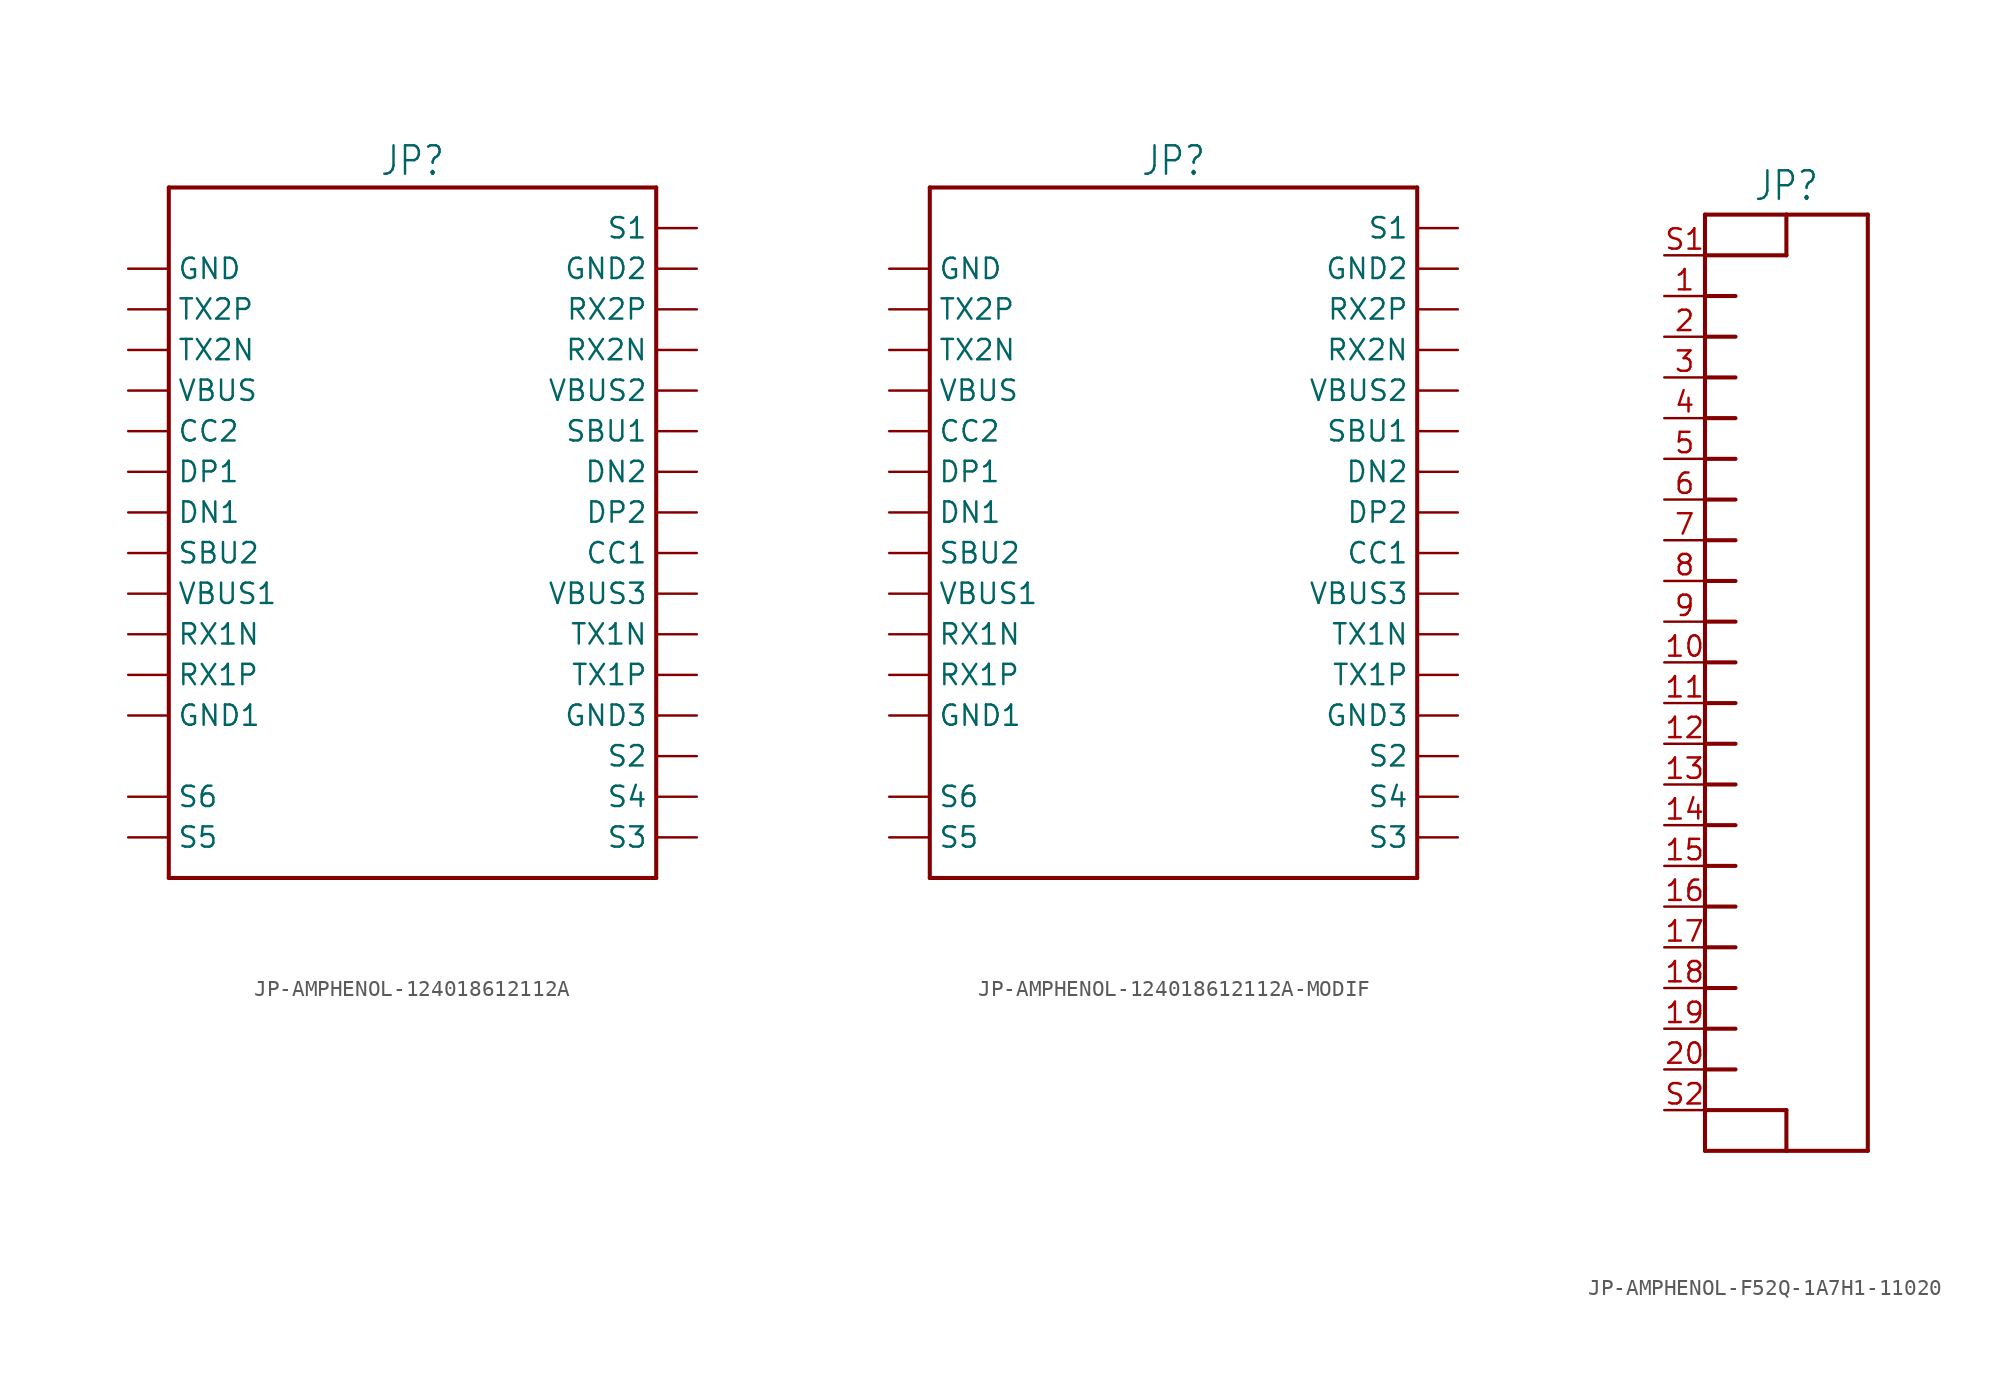
<source format=kicad_sym>
(kicad_symbol_lib
  (version 20231120)
  (generator "kicad_symbol_editor")
  (generator_version "8.0")
  (symbol "JP-AMPHENOL-124018612112A"
    (property "Reference" "JP"
      (at 0 18.415 0)
      (effects (font (size 1.778 1.511)) (justify bottom)))
    (property "Value" ""
      (at 0 -26.035 0)
      (effects (font (size 1.778 1.511)) (justify top)))
    (property "ki_locked" ""
      (at 0 0 0)
      (effects (font (size 1.27 1.27))))
    (symbol "JP-AMPHENOL-124018612112A_1_0"
      (polyline (pts (xy -15.24 -25.4) (xy 15.24 -25.4)) (stroke (width 0.254) (type solid)) (fill (type none)))
      (polyline (pts (xy -15.24 17.78) (xy -15.24 -25.4)) (stroke (width 0.254) (type solid)) (fill (type none)))
      (polyline (pts (xy 15.24 -25.4) (xy 15.24 17.78)) (stroke (width 0.254) (type solid)) (fill (type none)))
      (polyline (pts (xy 15.24 17.78) (xy -15.24 17.78)) (stroke (width 0.254) (type solid)) (fill (type none)))
      (pin passive line (at 17.78 -15.24 180) (length 2.54) (name "GND3" (effects (font (size 1.27 1.27)))) (number "A1" (effects (font (size 0 0)))))
      (pin passive line (at 17.78 7.62 180) (length 2.54) (name "RX2N" (effects (font (size 1.27 1.27)))) (number "A10" (effects (font (size 0 0)))))
      (pin passive line (at 17.78 10.16 180) (length 2.54) (name "RX2P" (effects (font (size 1.27 1.27)))) (number "A11" (effects (font (size 0 0)))))
      (pin passive line (at 17.78 12.7 180) (length 2.54) (name "GND2" (effects (font (size 1.27 1.27)))) (number "A12" (effects (font (size 0 0)))))
      (pin passive line (at 17.78 -12.7 180) (length 2.54) (name "TX1P" (effects (font (size 1.27 1.27)))) (number "A2" (effects (font (size 0 0)))))
      (pin passive line (at 17.78 -10.16 180) (length 2.54) (name "TX1N" (effects (font (size 1.27 1.27)))) (number "A3" (effects (font (size 0 0)))))
      (pin passive line (at 17.78 -7.62 180) (length 2.54) (name "VBUS3" (effects (font (size 1.27 1.27)))) (number "A4" (effects (font (size 0 0)))))
      (pin passive line (at 17.78 -5.08 180) (length 2.54) (name "CC1" (effects (font (size 1.27 1.27)))) (number "A5" (effects (font (size 0 0)))))
      (pin passive line (at 17.78 -2.54 180) (length 2.54) (name "DP2" (effects (font (size 1.27 1.27)))) (number "A6" (effects (font (size 0 0)))))
      (pin passive line (at 17.78 0 180) (length 2.54) (name "DN2" (effects (font (size 1.27 1.27)))) (number "A7" (effects (font (size 0 0)))))
      (pin passive line (at 17.78 2.54 180) (length 2.54) (name "SBU1" (effects (font (size 1.27 1.27)))) (number "A8" (effects (font (size 0 0)))))
      (pin passive line (at 17.78 5.08 180) (length 2.54) (name "VBUS2" (effects (font (size 1.27 1.27)))) (number "A9" (effects (font (size 0 0)))))
      (pin passive line (at -17.78 12.7 0) (length 2.54) (name "GND" (effects (font (size 1.27 1.27)))) (number "B1" (effects (font (size 0 0)))))
      (pin passive line (at -17.78 -10.16 0) (length 2.54) (name "RX1N" (effects (font (size 1.27 1.27)))) (number "B10" (effects (font (size 0 0)))))
      (pin passive line (at -17.78 -12.7 0) (length 2.54) (name "RX1P" (effects (font (size 1.27 1.27)))) (number "B11" (effects (font (size 0 0)))))
      (pin passive line (at -17.78 -15.24 0) (length 2.54) (name "GND1" (effects (font (size 1.27 1.27)))) (number "B12" (effects (font (size 0 0)))))
      (pin passive line (at -17.78 10.16 0) (length 2.54) (name "TX2P" (effects (font (size 1.27 1.27)))) (number "B2" (effects (font (size 0 0)))))
      (pin passive line (at -17.78 7.62 0) (length 2.54) (name "TX2N" (effects (font (size 1.27 1.27)))) (number "B3" (effects (font (size 0 0)))))
      (pin passive line (at -17.78 5.08 0) (length 2.54) (name "VBUS" (effects (font (size 1.27 1.27)))) (number "B4" (effects (font (size 0 0)))))
      (pin passive line (at -17.78 2.54 0) (length 2.54) (name "CC2" (effects (font (size 1.27 1.27)))) (number "B5" (effects (font (size 0 0)))))
      (pin passive line (at -17.78 0 0) (length 2.54) (name "DP1" (effects (font (size 1.27 1.27)))) (number "B6" (effects (font (size 0 0)))))
      (pin passive line (at -17.78 -2.54 0) (length 2.54) (name "DN1" (effects (font (size 1.27 1.27)))) (number "B7" (effects (font (size 0 0)))))
      (pin passive line (at -17.78 -5.08 0) (length 2.54) (name "SBU2" (effects (font (size 1.27 1.27)))) (number "B8" (effects (font (size 0 0)))))
      (pin passive line (at -17.78 -7.62 0) (length 2.54) (name "VBUS1" (effects (font (size 1.27 1.27)))) (number "B9" (effects (font (size 0 0)))))
      (pin passive line (at 17.78 15.24 180) (length 2.54) (name "S1" (effects (font (size 1.27 1.27)))) (number "S1" (effects (font (size 0 0)))))
      (pin passive line (at 17.78 -17.78 180) (length 2.54) (name "S2" (effects (font (size 1.27 1.27)))) (number "S2" (effects (font (size 0 0)))))
      (pin passive line (at 17.78 -22.86 180) (length 2.54) (name "S3" (effects (font (size 1.27 1.27)))) (number "S3" (effects (font (size 0 0)))))
      (pin passive line (at 17.78 -20.32 180) (length 2.54) (name "S4" (effects (font (size 1.27 1.27)))) (number "S4" (effects (font (size 0 0)))))
      (pin passive line (at -17.78 -22.86 0) (length 2.54) (name "S5" (effects (font (size 1.27 1.27)))) (number "S5" (effects (font (size 0 0)))))
      (pin passive line (at -17.78 -20.32 0) (length 2.54) (name "S6" (effects (font (size 1.27 1.27)))) (number "S6" (effects (font (size 0 0)))))))
  (symbol "JP-AMPHENOL-124018612112A-MODIF"
    (property "Reference" "JP"
      (at 0 18.415 0)
      (effects (font (size 1.778 1.511)) (justify bottom)))
    (property "Value" ""
      (at 0 -26.035 0)
      (effects (font (size 1.778 1.511)) (justify top)))
    (property "ki_locked" ""
      (at 0 0 0)
      (effects (font (size 1.27 1.27))))
    (symbol "JP-AMPHENOL-124018612112A-MODIF_1_0"
      (polyline (pts (xy -15.24 -25.4) (xy 15.24 -25.4)) (stroke (width 0.254) (type solid)) (fill (type none)))
      (polyline (pts (xy -15.24 17.78) (xy -15.24 -25.4)) (stroke (width 0.254) (type solid)) (fill (type none)))
      (polyline (pts (xy 15.24 -25.4) (xy 15.24 17.78)) (stroke (width 0.254) (type solid)) (fill (type none)))
      (polyline (pts (xy 15.24 17.78) (xy -15.24 17.78)) (stroke (width 0.254) (type solid)) (fill (type none)))
      (pin passive line (at 17.78 -15.24 180) (length 2.54) (name "GND3" (effects (font (size 1.27 1.27)))) (number "A1" (effects (font (size 0 0)))))
      (pin passive line (at 17.78 7.62 180) (length 2.54) (name "RX2N" (effects (font (size 1.27 1.27)))) (number "A10" (effects (font (size 0 0)))))
      (pin passive line (at 17.78 10.16 180) (length 2.54) (name "RX2P" (effects (font (size 1.27 1.27)))) (number "A11" (effects (font (size 0 0)))))
      (pin passive line (at 17.78 12.7 180) (length 2.54) (name "GND2" (effects (font (size 1.27 1.27)))) (number "A12" (effects (font (size 0 0)))))
      (pin passive line (at 17.78 -12.7 180) (length 2.54) (name "TX1P" (effects (font (size 1.27 1.27)))) (number "A2" (effects (font (size 0 0)))))
      (pin passive line (at 17.78 -10.16 180) (length 2.54) (name "TX1N" (effects (font (size 1.27 1.27)))) (number "A3" (effects (font (size 0 0)))))
      (pin passive line (at 17.78 -7.62 180) (length 2.54) (name "VBUS3" (effects (font (size 1.27 1.27)))) (number "A4" (effects (font (size 0 0)))))
      (pin passive line (at 17.78 -5.08 180) (length 2.54) (name "CC1" (effects (font (size 1.27 1.27)))) (number "A5" (effects (font (size 0 0)))))
      (pin passive line (at 17.78 -2.54 180) (length 2.54) (name "DP2" (effects (font (size 1.27 1.27)))) (number "A6" (effects (font (size 0 0)))))
      (pin passive line (at 17.78 0 180) (length 2.54) (name "DN2" (effects (font (size 1.27 1.27)))) (number "A7" (effects (font (size 0 0)))))
      (pin passive line (at 17.78 2.54 180) (length 2.54) (name "SBU1" (effects (font (size 1.27 1.27)))) (number "A8" (effects (font (size 0 0)))))
      (pin passive line (at 17.78 5.08 180) (length 2.54) (name "VBUS2" (effects (font (size 1.27 1.27)))) (number "A9" (effects (font (size 0 0)))))
      (pin passive line (at -17.78 12.7 0) (length 2.54) (name "GND" (effects (font (size 1.27 1.27)))) (number "B1" (effects (font (size 0 0)))))
      (pin passive line (at -17.78 -10.16 0) (length 2.54) (name "RX1N" (effects (font (size 1.27 1.27)))) (number "B10" (effects (font (size 0 0)))))
      (pin passive line (at -17.78 -12.7 0) (length 2.54) (name "RX1P" (effects (font (size 1.27 1.27)))) (number "B11" (effects (font (size 0 0)))))
      (pin passive line (at -17.78 -15.24 0) (length 2.54) (name "GND1" (effects (font (size 1.27 1.27)))) (number "B12" (effects (font (size 0 0)))))
      (pin passive line (at -17.78 10.16 0) (length 2.54) (name "TX2P" (effects (font (size 1.27 1.27)))) (number "B2" (effects (font (size 0 0)))))
      (pin passive line (at -17.78 7.62 0) (length 2.54) (name "TX2N" (effects (font (size 1.27 1.27)))) (number "B3" (effects (font (size 0 0)))))
      (pin passive line (at -17.78 5.08 0) (length 2.54) (name "VBUS" (effects (font (size 1.27 1.27)))) (number "B4" (effects (font (size 0 0)))))
      (pin passive line (at -17.78 2.54 0) (length 2.54) (name "CC2" (effects (font (size 1.27 1.27)))) (number "B5" (effects (font (size 0 0)))))
      (pin passive line (at -17.78 0 0) (length 2.54) (name "DP1" (effects (font (size 1.27 1.27)))) (number "B6" (effects (font (size 0 0)))))
      (pin passive line (at -17.78 -2.54 0) (length 2.54) (name "DN1" (effects (font (size 1.27 1.27)))) (number "B7" (effects (font (size 0 0)))))
      (pin passive line (at -17.78 -5.08 0) (length 2.54) (name "SBU2" (effects (font (size 1.27 1.27)))) (number "B8" (effects (font (size 0 0)))))
      (pin passive line (at -17.78 -7.62 0) (length 2.54) (name "VBUS1" (effects (font (size 1.27 1.27)))) (number "B9" (effects (font (size 0 0)))))
      (pin passive line (at 17.78 15.24 180) (length 2.54) (name "S1" (effects (font (size 1.27 1.27)))) (number "S1" (effects (font (size 0 0)))))
      (pin passive line (at 17.78 -17.78 180) (length 2.54) (name "S2" (effects (font (size 1.27 1.27)))) (number "S2" (effects (font (size 0 0)))))
      (pin passive line (at 17.78 -22.86 180) (length 2.54) (name "S3" (effects (font (size 1.27 1.27)))) (number "S3" (effects (font (size 0 0)))))
      (pin passive line (at 17.78 -20.32 180) (length 2.54) (name "S4" (effects (font (size 1.27 1.27)))) (number "S4" (effects (font (size 0 0)))))
      (pin passive line (at -17.78 -22.86 0) (length 2.54) (name "S5" (effects (font (size 1.27 1.27)))) (number "S5" (effects (font (size 0 0)))))
      (pin passive line (at -17.78 -20.32 0) (length 2.54) (name "S6" (effects (font (size 1.27 1.27)))) (number "S6" (effects (font (size 0 0)))))))
  (symbol "JP-AMPHENOL-F52Q-1A7H1-11020"
    (property "Reference" "JP"
      (at 2.54 28.702 0)
      (effects (font (size 1.778 1.511)) (justify bottom)))
    (property "Value" ""
      (at 2.54 -31.242 0)
      (effects (font (size 1.778 1.511)) (justify top)))
    (property "ki_locked" ""
      (at 0 0 0)
      (effects (font (size 1.27 1.27))))
    (symbol "JP-AMPHENOL-F52Q-1A7H1-11020_1_0"
      (polyline (pts (xy -2.54 -30.48) (xy -2.54 -27.94)) (stroke (width 0.254) (type solid)) (fill (type none)))
      (polyline (pts (xy -2.54 -27.94) (xy -2.54 -25.4)) (stroke (width 0.254) (type solid)) (fill (type none)))
      (polyline (pts (xy -2.54 -27.94) (xy 2.54 -27.94)) (stroke (width 0.254) (type solid)) (fill (type none)))
      (polyline (pts (xy -2.54 -25.4) (xy -2.54 -22.86)) (stroke (width 0.254) (type solid)) (fill (type none)))
      (polyline (pts (xy -2.54 -25.4) (xy -0.635 -25.4)) (stroke (width 0.254) (type solid)) (fill (type none)))
      (polyline (pts (xy -2.54 -22.86) (xy -2.54 -20.32)) (stroke (width 0.254) (type solid)) (fill (type none)))
      (polyline (pts (xy -2.54 -22.86) (xy -0.635 -22.86)) (stroke (width 0.254) (type solid)) (fill (type none)))
      (polyline (pts (xy -2.54 -20.32) (xy -2.54 -17.78)) (stroke (width 0.254) (type solid)) (fill (type none)))
      (polyline (pts (xy -2.54 -20.32) (xy -0.635 -20.32)) (stroke (width 0.254) (type solid)) (fill (type none)))
      (polyline (pts (xy -2.54 -17.78) (xy -2.54 -15.24)) (stroke (width 0.254) (type solid)) (fill (type none)))
      (polyline (pts (xy -2.54 -17.78) (xy -0.635 -17.78)) (stroke (width 0.254) (type solid)) (fill (type none)))
      (polyline (pts (xy -2.54 -15.24) (xy -2.54 -12.7)) (stroke (width 0.254) (type solid)) (fill (type none)))
      (polyline (pts (xy -2.54 -15.24) (xy -0.635 -15.24)) (stroke (width 0.254) (type solid)) (fill (type none)))
      (polyline (pts (xy -2.54 -12.7) (xy -2.54 -10.16)) (stroke (width 0.254) (type solid)) (fill (type none)))
      (polyline (pts (xy -2.54 -12.7) (xy -0.635 -12.7)) (stroke (width 0.254) (type solid)) (fill (type none)))
      (polyline (pts (xy -2.54 -10.16) (xy -2.54 -7.62)) (stroke (width 0.254) (type solid)) (fill (type none)))
      (polyline (pts (xy -2.54 -10.16) (xy -0.635 -10.16)) (stroke (width 0.254) (type solid)) (fill (type none)))
      (polyline (pts (xy -2.54 -7.62) (xy -2.54 -5.08)) (stroke (width 0.254) (type solid)) (fill (type none)))
      (polyline (pts (xy -2.54 -7.62) (xy -0.635 -7.62)) (stroke (width 0.254) (type solid)) (fill (type none)))
      (polyline (pts (xy -2.54 -5.08) (xy -2.54 -2.54)) (stroke (width 0.254) (type solid)) (fill (type none)))
      (polyline (pts (xy -2.54 -5.08) (xy -0.635 -5.08)) (stroke (width 0.254) (type solid)) (fill (type none)))
      (polyline (pts (xy -2.54 -2.54) (xy -2.54 0)) (stroke (width 0.254) (type solid)) (fill (type none)))
      (polyline (pts (xy -2.54 -2.54) (xy -0.635 -2.54)) (stroke (width 0.254) (type solid)) (fill (type none)))
      (polyline (pts (xy -2.54 0) (xy -2.54 2.54)) (stroke (width 0.254) (type solid)) (fill (type none)))
      (polyline (pts (xy -2.54 0) (xy -0.635 0)) (stroke (width 0.254) (type solid)) (fill (type none)))
      (polyline (pts (xy -2.54 2.54) (xy -2.54 5.08)) (stroke (width 0.254) (type solid)) (fill (type none)))
      (polyline (pts (xy -2.54 2.54) (xy -0.635 2.54)) (stroke (width 0.254) (type solid)) (fill (type none)))
      (polyline (pts (xy -2.54 5.08) (xy -2.54 7.62)) (stroke (width 0.254) (type solid)) (fill (type none)))
      (polyline (pts (xy -2.54 5.08) (xy -0.635 5.08)) (stroke (width 0.254) (type solid)) (fill (type none)))
      (polyline (pts (xy -2.54 7.62) (xy -2.54 10.16)) (stroke (width 0.254) (type solid)) (fill (type none)))
      (polyline (pts (xy -2.54 7.62) (xy -0.635 7.62)) (stroke (width 0.254) (type solid)) (fill (type none)))
      (polyline (pts (xy -2.54 10.16) (xy -2.54 12.7)) (stroke (width 0.254) (type solid)) (fill (type none)))
      (polyline (pts (xy -2.54 10.16) (xy -0.635 10.16)) (stroke (width 0.254) (type solid)) (fill (type none)))
      (polyline (pts (xy -2.54 12.7) (xy -2.54 15.24)) (stroke (width 0.254) (type solid)) (fill (type none)))
      (polyline (pts (xy -2.54 12.7) (xy -0.635 12.7)) (stroke (width 0.254) (type solid)) (fill (type none)))
      (polyline (pts (xy -2.54 15.24) (xy -2.54 17.78)) (stroke (width 0.254) (type solid)) (fill (type none)))
      (polyline (pts (xy -2.54 15.24) (xy -0.635 15.24)) (stroke (width 0.254) (type solid)) (fill (type none)))
      (polyline (pts (xy -2.54 17.78) (xy -2.54 20.32)) (stroke (width 0.254) (type solid)) (fill (type none)))
      (polyline (pts (xy -2.54 17.78) (xy -0.635 17.78)) (stroke (width 0.254) (type solid)) (fill (type none)))
      (polyline (pts (xy -2.54 20.32) (xy -2.54 22.86)) (stroke (width 0.254) (type solid)) (fill (type none)))
      (polyline (pts (xy -2.54 20.32) (xy -0.635 20.32)) (stroke (width 0.254) (type solid)) (fill (type none)))
      (polyline (pts (xy -2.54 22.86) (xy -2.54 25.4)) (stroke (width 0.254) (type solid)) (fill (type none)))
      (polyline (pts (xy -2.54 22.86) (xy -0.635 22.86)) (stroke (width 0.254) (type solid)) (fill (type none)))
      (polyline (pts (xy -2.54 25.4) (xy -2.54 27.94)) (stroke (width 0.254) (type solid)) (fill (type none)))
      (polyline (pts (xy -2.54 25.4) (xy 2.54 25.4)) (stroke (width 0.254) (type solid)) (fill (type none)))
      (polyline (pts (xy -2.54 27.94) (xy 2.54 27.94)) (stroke (width 0.254) (type solid)) (fill (type none)))
      (polyline (pts (xy 2.54 -30.48) (xy -2.54 -30.48)) (stroke (width 0.254) (type solid)) (fill (type none)))
      (polyline (pts (xy 2.54 -27.94) (xy 2.54 -30.48)) (stroke (width 0.254) (type solid)) (fill (type none)))
      (polyline (pts (xy 2.54 25.4) (xy 2.54 27.94)) (stroke (width 0.254) (type solid)) (fill (type none)))
      (polyline (pts (xy 2.54 27.94) (xy 7.62 27.94)) (stroke (width 0.254) (type solid)) (fill (type none)))
      (polyline (pts (xy 7.62 -30.48) (xy 2.54 -30.48)) (stroke (width 0.254) (type solid)) (fill (type none)))
      (polyline (pts (xy 7.62 27.94) (xy 7.62 -30.48)) (stroke (width 0.254) (type solid)) (fill (type none)))
      (pin passive line (at -5.08 22.86 0) (length 2.54) (name "1" (effects (font (size 0 0)))) (number "1" (effects (font (size 1.27 1.27)))))
      (pin passive line (at -5.08 0 0) (length 2.54) (name "10" (effects (font (size 0 0)))) (number "10" (effects (font (size 1.27 1.27)))))
      (pin passive line (at -5.08 -2.54 0) (length 2.54) (name "11" (effects (font (size 0 0)))) (number "11" (effects (font (size 1.27 1.27)))))
      (pin passive line (at -5.08 -5.08 0) (length 2.54) (name "12" (effects (font (size 0 0)))) (number "12" (effects (font (size 1.27 1.27)))))
      (pin passive line (at -5.08 -7.62 0) (length 2.54) (name "13" (effects (font (size 0 0)))) (number "13" (effects (font (size 1.27 1.27)))))
      (pin passive line (at -5.08 -10.16 0) (length 2.54) (name "14" (effects (font (size 0 0)))) (number "14" (effects (font (size 1.27 1.27)))))
      (pin passive line (at -5.08 -12.7 0) (length 2.54) (name "15" (effects (font (size 0 0)))) (number "15" (effects (font (size 1.27 1.27)))))
      (pin passive line (at -5.08 -15.24 0) (length 2.54) (name "16" (effects (font (size 0 0)))) (number "16" (effects (font (size 1.27 1.27)))))
      (pin passive line (at -5.08 -17.78 0) (length 2.54) (name "17" (effects (font (size 0 0)))) (number "17" (effects (font (size 1.27 1.27)))))
      (pin passive line (at -5.08 -20.32 0) (length 2.54) (name "18" (effects (font (size 0 0)))) (number "18" (effects (font (size 1.27 1.27)))))
      (pin passive line (at -5.08 -22.86 0) (length 2.54) (name "19" (effects (font (size 0 0)))) (number "19" (effects (font (size 1.27 1.27)))))
      (pin passive line (at -5.08 20.32 0) (length 2.54) (name "2" (effects (font (size 0 0)))) (number "2" (effects (font (size 1.27 1.27)))))
      (pin passive line (at -5.08 -25.4 0) (length 2.54) (name "20" (effects (font (size 0 0)))) (number "20" (effects (font (size 1.27 1.27)))))
      (pin passive line (at -5.08 17.78 0) (length 2.54) (name "3" (effects (font (size 0 0)))) (number "3" (effects (font (size 1.27 1.27)))))
      (pin passive line (at -5.08 15.24 0) (length 2.54) (name "4" (effects (font (size 0 0)))) (number "4" (effects (font (size 1.27 1.27)))))
      (pin passive line (at -5.08 12.7 0) (length 2.54) (name "5" (effects (font (size 0 0)))) (number "5" (effects (font (size 1.27 1.27)))))
      (pin passive line (at -5.08 10.16 0) (length 2.54) (name "6" (effects (font (size 0 0)))) (number "6" (effects (font (size 1.27 1.27)))))
      (pin passive line (at -5.08 7.62 0) (length 2.54) (name "7" (effects (font (size 0 0)))) (number "7" (effects (font (size 1.27 1.27)))))
      (pin passive line (at -5.08 5.08 0) (length 2.54) (name "8" (effects (font (size 0 0)))) (number "8" (effects (font (size 1.27 1.27)))))
      (pin passive line (at -5.08 2.54 0) (length 2.54) (name "9" (effects (font (size 0 0)))) (number "9" (effects (font (size 1.27 1.27)))))
      (pin passive line (at -5.08 25.4 0) (length 2.54) (name "S1" (effects (font (size 0 0)))) (number "S1" (effects (font (size 1.27 1.27)))))
      (pin passive line (at -5.08 -27.94 0) (length 2.54) (name "S2" (effects (font (size 0 0)))) (number "S2" (effects (font (size 1.27 1.27))))))))
</source>
